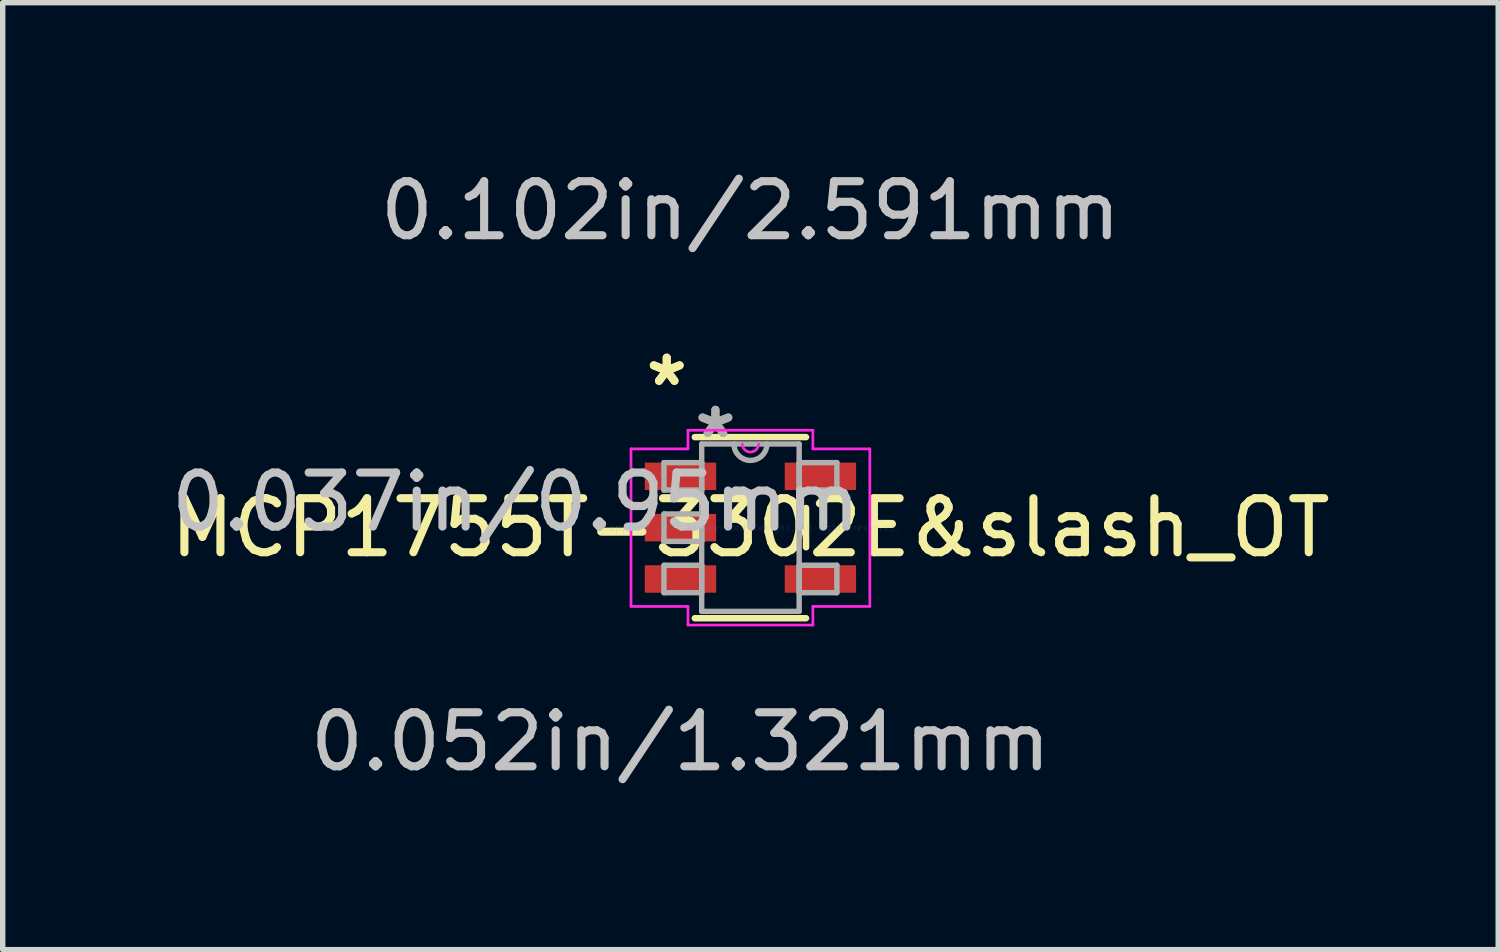
<source format=kicad_pcb>
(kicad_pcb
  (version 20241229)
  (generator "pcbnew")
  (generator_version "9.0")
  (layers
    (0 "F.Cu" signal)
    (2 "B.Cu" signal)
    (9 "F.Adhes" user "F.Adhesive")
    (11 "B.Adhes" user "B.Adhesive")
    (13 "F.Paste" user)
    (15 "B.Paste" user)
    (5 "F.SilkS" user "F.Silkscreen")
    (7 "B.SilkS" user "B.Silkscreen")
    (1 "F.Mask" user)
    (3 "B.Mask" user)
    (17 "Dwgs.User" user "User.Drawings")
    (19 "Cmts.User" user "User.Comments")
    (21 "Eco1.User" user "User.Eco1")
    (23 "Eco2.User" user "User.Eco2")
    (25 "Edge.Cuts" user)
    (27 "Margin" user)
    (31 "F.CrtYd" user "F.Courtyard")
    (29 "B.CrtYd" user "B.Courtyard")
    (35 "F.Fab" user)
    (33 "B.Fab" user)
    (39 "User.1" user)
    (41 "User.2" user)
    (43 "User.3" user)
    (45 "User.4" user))
  (footprint "MCP1755T-3302E&slash_OT"
    (layer "F.Cu")
    (at 10.839 6.716)
    (property "Reference" "MCP1755T-3302E&slash_OT" (at 0 0 0) (layer "F.SilkS") (effects (font (size 1 1) (thickness 0.15))))
    (attr through_hole)
    (fp_line (start -1.029 1.676) (end 1.029 1.676) (stroke (width 0.12) (type solid)) (layer "F.SilkS"))
    (fp_line (start 1.029 -1.676) (end -1.029 -1.676) (stroke (width 0.12) (type solid)) (layer "F.SilkS"))
    (fp_line (start 1.029 0.363) (end 1.029 -0.363) (stroke (width 0.12) (type solid)) (layer "F.SilkS"))
    (fp_line (start -2.21 -1.458) (end -1.156 -1.458) (stroke (width 0.05) (type solid)) (layer "F.CrtYd"))
    (fp_line (start -2.21 1.458) (end -2.21 -1.458) (stroke (width 0.05) (type solid)) (layer "F.CrtYd"))
    (fp_line (start -1.156 -1.803) (end 1.156 -1.803) (stroke (width 0.05) (type solid)) (layer "F.CrtYd"))
    (fp_line (start -1.156 -1.458) (end -1.156 -1.803) (stroke (width 0.05) (type solid)) (layer "F.CrtYd"))
    (fp_line (start -1.156 1.458) (end -2.21 1.458) (stroke (width 0.05) (type solid)) (layer "F.CrtYd"))
    (fp_line (start -1.156 1.803) (end -1.156 1.458) (stroke (width 0.05) (type solid)) (layer "F.CrtYd"))
    (fp_line (start 1.156 -1.803) (end 1.156 -1.458) (stroke (width 0.05) (type solid)) (layer "F.CrtYd"))
    (fp_line (start 1.156 -1.458) (end 2.21 -1.458) (stroke (width 0.05) (type solid)) (layer "F.CrtYd"))
    (fp_line (start 1.156 1.458) (end 1.156 1.803) (stroke (width 0.05) (type solid)) (layer "F.CrtYd"))
    (fp_line (start 1.156 1.803) (end -1.156 1.803) (stroke (width 0.05) (type solid)) (layer "F.CrtYd"))
    (fp_line (start 2.21 -1.458) (end 2.21 1.458) (stroke (width 0.05) (type solid)) (layer "F.CrtYd"))
    (fp_line (start 2.21 1.458) (end 1.156 1.458) (stroke (width 0.05) (type solid)) (layer "F.CrtYd"))
    (fp_arc (start 0.150283 -1.5494) (mid 0 -1.399117) (end -0.150283 -1.5494) (stroke (width 0.05) (type solid)) (layer "F.CrtYd"))
    (fp_line (start -1.6 -1.204) (end -1.6 -0.696) (stroke (width 0.1) (type solid)) (layer "F.Fab"))
    (fp_line (start -1.6 -0.696) (end -0.902 -0.696) (stroke (width 0.1) (type solid)) (layer "F.Fab"))
    (fp_line (start -1.6 -0.254) (end -1.6 0.254) (stroke (width 0.1) (type solid)) (layer "F.Fab"))
    (fp_line (start -1.6 0.254) (end -0.902 0.254) (stroke (width 0.1) (type solid)) (layer "F.Fab"))
    (fp_line (start -1.6 0.696) (end -1.6 1.204) (stroke (width 0.1) (type solid)) (layer "F.Fab"))
    (fp_line (start -1.6 1.204) (end -0.902 1.204) (stroke (width 0.1) (type solid)) (layer "F.Fab"))
    (fp_line (start -0.902 -1.549) (end -0.902 1.549) (stroke (width 0.1) (type solid)) (layer "F.Fab"))
    (fp_line (start -0.902 -1.204) (end -1.6 -1.204) (stroke (width 0.1) (type solid)) (layer "F.Fab"))
    (fp_line (start -0.902 -0.696) (end -0.902 -1.204) (stroke (width 0.1) (type solid)) (layer "F.Fab"))
    (fp_line (start -0.902 -0.254) (end -1.6 -0.254) (stroke (width 0.1) (type solid)) (layer "F.Fab"))
    (fp_line (start -0.902 0.254) (end -0.902 -0.254) (stroke (width 0.1) (type solid)) (layer "F.Fab"))
    (fp_line (start -0.902 0.696) (end -1.6 0.696) (stroke (width 0.1) (type solid)) (layer "F.Fab"))
    (fp_line (start -0.902 1.204) (end -0.902 0.696) (stroke (width 0.1) (type solid)) (layer "F.Fab"))
    (fp_line (start -0.902 1.549) (end 0.902 1.549) (stroke (width 0.1) (type solid)) (layer "F.Fab"))
    (fp_line (start 0.902 -1.549) (end -0.902 -1.549) (stroke (width 0.1) (type solid)) (layer "F.Fab"))
    (fp_line (start 0.902 -1.204) (end 0.902 -0.696) (stroke (width 0.1) (type solid)) (layer "F.Fab"))
    (fp_line (start 0.902 -0.696) (end 1.6 -0.696) (stroke (width 0.1) (type solid)) (layer "F.Fab"))
    (fp_line (start 0.902 0.696) (end 0.902 1.204) (stroke (width 0.1) (type solid)) (layer "F.Fab"))
    (fp_line (start 0.902 1.204) (end 1.6 1.204) (stroke (width 0.1) (type solid)) (layer "F.Fab"))
    (fp_line (start 0.902 1.549) (end 0.902 -1.549) (stroke (width 0.1) (type solid)) (layer "F.Fab"))
    (fp_line (start 1.6 -1.204) (end 0.902 -1.204) (stroke (width 0.1) (type solid)) (layer "F.Fab"))
    (fp_line (start 1.6 -0.696) (end 1.6 -1.204) (stroke (width 0.1) (type solid)) (layer "F.Fab"))
    (fp_line (start 1.6 0.696) (end 0.902 0.696) (stroke (width 0.1) (type solid)) (layer "F.Fab"))
    (fp_line (start 1.6 1.204) (end 1.6 0.696) (stroke (width 0.1) (type solid)) (layer "F.Fab"))
    (fp_arc (start 0.3048 -1.5494) (mid 0 -1.2446) (end -0.3048 -1.5494) (stroke (width 0.1) (type solid)) (layer "F.Fab"))
    (fp_text user "*" (at -1.549 -2.601 0) (layer "F.SilkS") (effects (font (size 1 1) (thickness 0.15))))
    (fp_text user "*" (at -1.549 -2.601 0) (layer "F.SilkS") (effects (font (size 1 1) (thickness 0.15))))
    (fp_text user "0.102in/2.591mm" (at 0 -5.867 0) (layer "Dwgs.User") (effects (font (size 1 1) (thickness 0.15))))
    (fp_text user "0.037in/0.95mm" (at -4.343 -0.475 0) (layer "Dwgs.User") (effects (font (size 1 1) (thickness 0.15))))
    (fp_text user "0.052in/1.321mm" (at -1.295 3.962 0) (layer "Dwgs.User") (effects (font (size 1 1) (thickness 0.15))))
    (fp_text user "Copyright 2021 Accelerated Designs. All rights reserved." (at 0 0 0) (layer "Cmts.User") (effects (font (size 0.127 0.127) (thickness 0.002))))
    (fp_text user "*" (at -0.648 -1.636 0) (layer "F.Fab") (effects (font (size 1 1) (thickness 0.15))))
    (fp_text user "*" (at -0.648 -1.636 0) (layer "F.Fab") (effects (font (size 1 1) (thickness 0.15))))
    (pad "1" smd rect (at -1.295 -0.95) (size 1.321 0.508) (layers "F.Cu" "F.Mask" "F.Paste"))
    (pad "2" smd rect (at -1.295 0) (size 1.321 0.508) (layers "F.Cu" "F.Mask" "F.Paste"))
    (pad "3" smd rect (at -1.295 0.95) (size 1.321 0.508) (layers "F.Cu" "F.Mask" "F.Paste"))
    (pad "4" smd rect (at 1.295 0.95) (size 1.321 0.508) (layers "F.Cu" "F.Mask" "F.Paste"))
    (pad "5" smd rect (at 1.295 -0.95) (size 1.321 0.508) (layers "F.Cu" "F.Mask" "F.Paste")))
  (gr_rect
    (start -3 -3)
    (end 24.679 14.526)
    (stroke (width 0.1) (type default))
    (fill no)
    (layer "Edge.Cuts")))
</source>
